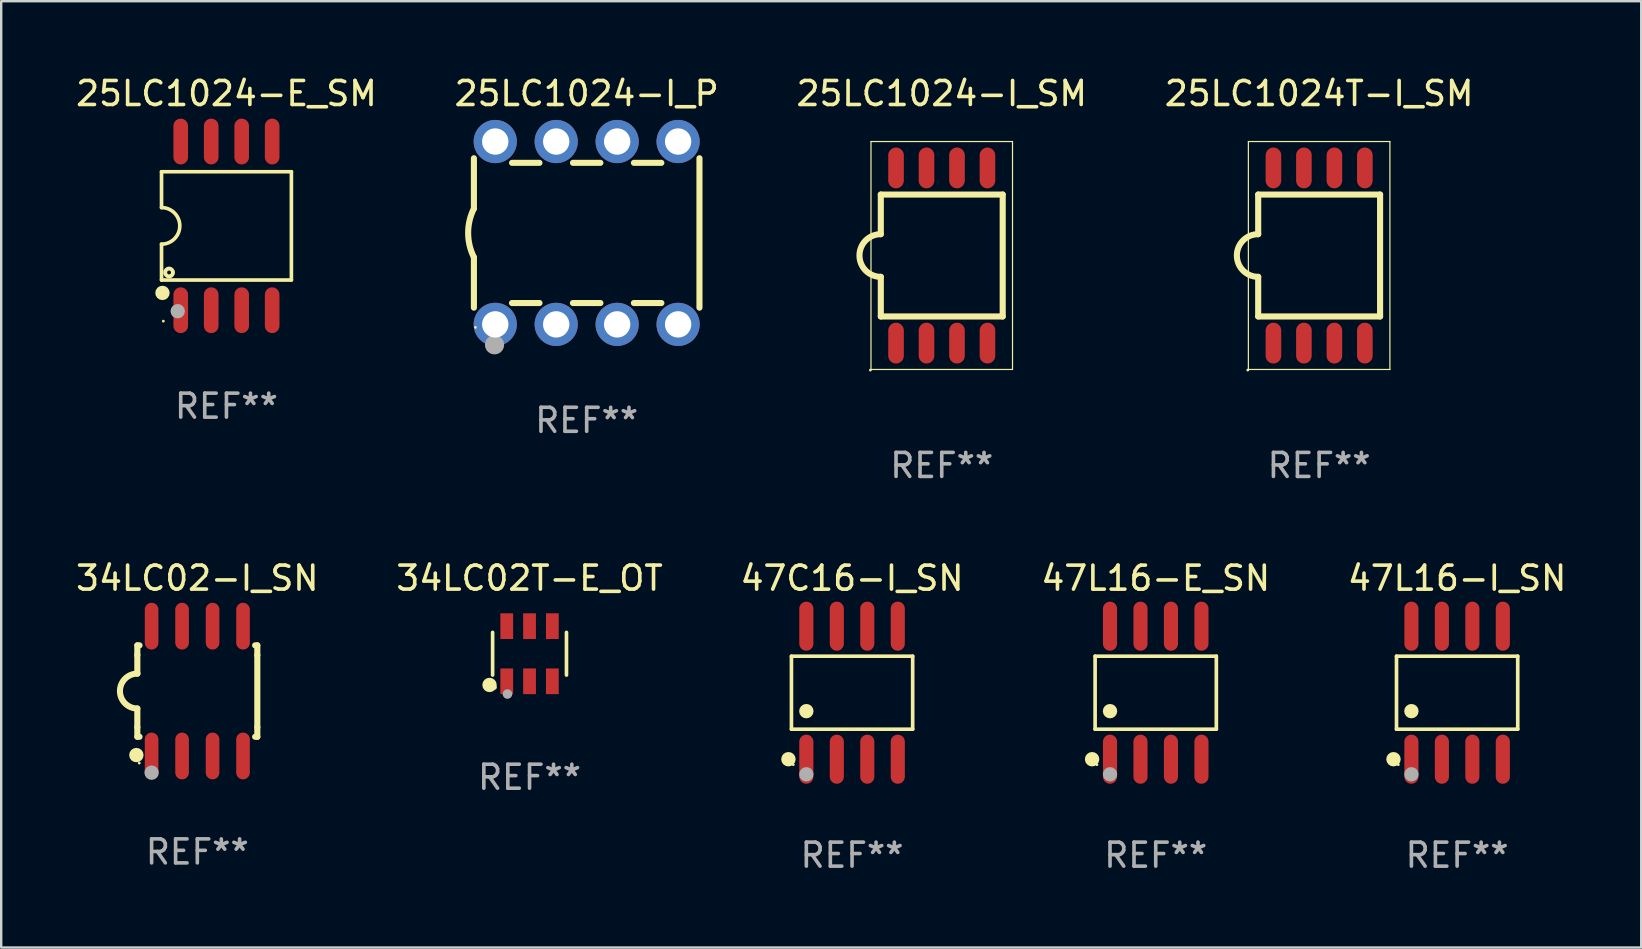
<source format=kicad_pcb>
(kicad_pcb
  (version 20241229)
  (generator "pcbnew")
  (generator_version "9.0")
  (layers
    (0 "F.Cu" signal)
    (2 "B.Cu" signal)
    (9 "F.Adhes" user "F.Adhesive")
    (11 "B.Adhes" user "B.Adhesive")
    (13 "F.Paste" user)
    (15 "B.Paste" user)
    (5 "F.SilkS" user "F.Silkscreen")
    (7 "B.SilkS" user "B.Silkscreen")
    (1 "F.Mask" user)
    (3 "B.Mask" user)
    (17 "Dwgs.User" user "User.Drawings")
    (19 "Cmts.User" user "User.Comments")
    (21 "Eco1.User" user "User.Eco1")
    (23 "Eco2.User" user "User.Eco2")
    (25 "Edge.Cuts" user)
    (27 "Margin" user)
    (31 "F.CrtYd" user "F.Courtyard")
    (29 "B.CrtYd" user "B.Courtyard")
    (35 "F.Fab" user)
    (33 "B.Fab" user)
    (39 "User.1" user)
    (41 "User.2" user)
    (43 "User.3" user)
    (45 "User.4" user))
  (footprint "25LC1024-I_P"
    (layer "F.Cu")
    (at 21.399 6.658)
    (property "Reference" "25LC1024-I_P" (at 0 -5.81 0) (layer "F.SilkS") (effects (font (size 1 1) (thickness 0.15))))
    (attr through_hole)
    (fp_line (start -4.7 -1.017) (end -4.7 -3.113) (stroke (width 0.254) (type solid)) (layer "F.SilkS"))
    (fp_line (start -4.7 1.015) (end -4.7 3.113) (stroke (width 0.254) (type solid)) (layer "F.SilkS"))
    (fp_line (start -3.113 2.92) (end -1.967 2.92) (stroke (width 0.254) (type solid)) (layer "F.SilkS"))
    (fp_line (start -3.111 -2.922) (end -1.969 -2.922) (stroke (width 0.254) (type solid)) (layer "F.SilkS"))
    (fp_line (start -0.573 2.92) (end 0.573 2.92) (stroke (width 0.254) (type solid)) (layer "F.SilkS"))
    (fp_line (start -0.571 -2.922) (end 0.571 -2.922) (stroke (width 0.254) (type solid)) (layer "F.SilkS"))
    (fp_line (start 1.967 2.92) (end 3.113 2.92) (stroke (width 0.254) (type solid)) (layer "F.SilkS"))
    (fp_line (start 1.969 -2.922) (end 3.111 -2.922) (stroke (width 0.254) (type solid)) (layer "F.SilkS"))
    (fp_line (start 4.7 -3.113) (end 4.7 3.113) (stroke (width 0.254) (type solid)) (layer "F.SilkS"))
    (fp_arc (start -4.7 1.01524) (mid -4.939846 -0.000762) (end -4.7 -1.016764) (stroke (width 0.254001) (type solid)) (layer "F.SilkS"))
    (fp_circle (center -4.636 3.935) (end -4.606 3.935) (stroke (width 0.06) (type solid)) (fill no) (layer "F.SilkS"))
    (fp_circle (center -3.84 4.66) (end -3.64 4.66) (stroke (width 0.4) (type solid)) (fill no) (layer "F.Fab"))
    (fp_text user "REF**" (at 0 7.81 0) (layer "F.Fab") (effects (font (size 1 1) (thickness 0.15))))
    (pad "1" thru_hole circle (at -3.81 3.81) (size 1.8 1.8) (drill 1.1) (layers "*.Cu" "*.Mask"))
    (pad "2" thru_hole circle (at -1.27 3.81) (size 1.8 1.8) (drill 1.1) (layers "*.Cu" "*.Mask"))
    (pad "3" thru_hole circle (at 1.27 3.81) (size 1.8 1.8) (drill 1.1) (layers "*.Cu" "*.Mask"))
    (pad "4" thru_hole circle (at 3.81 3.81) (size 1.8 1.8) (drill 1.1) (layers "*.Cu" "*.Mask"))
    (pad "5" thru_hole circle (at 3.81 -3.81) (size 1.8 1.8) (drill 1.1) (layers "*.Cu" "*.Mask"))
    (pad "6" thru_hole circle (at 1.27 -3.81) (size 1.8 1.8) (drill 1.1) (layers "*.Cu" "*.Mask"))
    (pad "7" thru_hole circle (at -1.27 -3.81) (size 1.8 1.8) (drill 1.1) (layers "*.Cu" "*.Mask"))
    (pad "8" thru_hole circle (at -3.81 -3.81) (size 1.8 1.8) (drill 1.1) (layers "*.Cu" "*.Mask")))
  (footprint "47C16-I_SN"
    (layer "F.Cu")
    (at 32.458 25.817)
    (property "Reference" "47C16-I_SN" (at 0 -4.772 0) (layer "F.SilkS") (effects (font (size 1 1) (thickness 0.15))))
    (attr through_hole)
    (fp_line (start -2.526 -1.521) (end 2.526 -1.521) (stroke (width 0.152) (type solid)) (layer "F.SilkS"))
    (fp_line (start -2.526 1.521) (end -2.526 -1.521) (stroke (width 0.152) (type solid)) (layer "F.SilkS"))
    (fp_line (start 2.526 -1.521) (end 2.526 1.521) (stroke (width 0.152) (type solid)) (layer "F.SilkS"))
    (fp_line (start 2.526 1.521) (end -2.526 1.521) (stroke (width 0.152) (type solid)) (layer "F.SilkS"))
    (fp_circle (center -2.652 2.772) (end -2.501 2.772) (stroke (width 0.3) (type solid)) (fill no) (layer "F.SilkS"))
    (fp_circle (center -2.45 3) (end -2.42 3) (stroke (width 0.06) (type solid)) (fill no) (layer "F.SilkS"))
    (fp_circle (center -1.905 0.769) (end -1.755 0.769) (stroke (width 0.3) (type solid)) (fill no) (layer "F.SilkS"))
    (fp_circle (center -1.905 3.4) (end -1.755 3.4) (stroke (width 0.3) (type solid)) (fill no) (layer "F.Fab"))
    (fp_text user "REF**" (at 0 6.772 0) (layer "F.Fab") (effects (font (size 1 1) (thickness 0.15))))
    (pad "1" smd oval (at -1.905 2.772) (size 0.588 2.045) (layers "F.Cu" "F.Mask" "F.Paste"))
    (pad "2" smd oval (at -0.635 2.772) (size 0.588 2.045) (layers "F.Cu" "F.Mask" "F.Paste"))
    (pad "3" smd oval (at 0.635 2.772) (size 0.588 2.045) (layers "F.Cu" "F.Mask" "F.Paste"))
    (pad "4" smd oval (at 1.905 2.772) (size 0.588 2.045) (layers "F.Cu" "F.Mask" "F.Paste"))
    (pad "5" smd oval (at 1.905 -2.772) (size 0.588 2.045) (layers "F.Cu" "F.Mask" "F.Paste"))
    (pad "6" smd oval (at 0.635 -2.772) (size 0.588 2.045) (layers "F.Cu" "F.Mask" "F.Paste"))
    (pad "7" smd oval (at -0.635 -2.772) (size 0.588 2.045) (layers "F.Cu" "F.Mask" "F.Paste"))
    (pad "8" smd oval (at -1.905 -2.772) (size 0.588 2.045) (layers "F.Cu" "F.Mask" "F.Paste")))
  (footprint "25LC1024-I_SM"
    (layer "F.Cu")
    (at 36.196 7.598)
    (property "Reference" "25LC1024-I_SM" (at 0 -6.75 0) (layer "F.SilkS") (effects (font (size 1 1) (thickness 0.15))))
    (attr through_hole)
    (fp_line (start -2.949 -4.75) (end -2.949 4.75) (stroke (width 0.05) (type solid)) (layer "F.SilkS"))
    (fp_line (start -2.949 4.75) (end 2.949 4.75) (stroke (width 0.05) (type solid)) (layer "F.SilkS"))
    (fp_line (start -2.54 -2.54) (end 2.54 -2.54) (stroke (width 0.254) (type solid)) (layer "F.SilkS"))
    (fp_line (start -2.54 -0.889) (end -2.54 -2.54) (stroke (width 0.254) (type solid)) (layer "F.SilkS"))
    (fp_line (start -2.54 2.54) (end -2.54 0.889) (stroke (width 0.254) (type solid)) (layer "F.SilkS"))
    (fp_line (start 2.54 -2.54) (end 2.54 2.54) (stroke (width 0.254) (type solid)) (layer "F.SilkS"))
    (fp_line (start 2.54 2.54) (end -2.54 2.54) (stroke (width 0.254) (type solid)) (layer "F.SilkS"))
    (fp_line (start 2.949 -4.75) (end -2.949 -4.75) (stroke (width 0.05) (type solid)) (layer "F.SilkS"))
    (fp_line (start 2.949 4.75) (end 2.949 -4.75) (stroke (width 0.05) (type solid)) (layer "F.SilkS"))
    (fp_arc (start -2.540005 0.889002) (mid -3.426952 0.000025) (end -2.540005 -0.888952) (stroke (width 0.254001) (type solid)) (layer "F.SilkS"))
    (fp_circle (center -2.974 4.775) (end -2.944 4.775) (stroke (width 0.06) (type solid)) (fill no) (layer "F.SilkS"))
    (fp_text user "REF**" (at 0 8.75 0) (layer "F.Fab") (effects (font (size 1 1) (thickness 0.15))))
    (pad "1" smd oval (at -1.905 3.65 90) (size 1.7 0.65) (layers "F.Cu" "F.Mask" "F.Paste"))
    (pad "2" smd oval (at -0.635 3.65 90) (size 1.7 0.65) (layers "F.Cu" "F.Mask" "F.Paste"))
    (pad "3" smd oval (at 0.635 3.65 90) (size 1.7 0.65) (layers "F.Cu" "F.Mask" "F.Paste"))
    (pad "4" smd oval (at 1.905 3.65 90) (size 1.7 0.65) (layers "F.Cu" "F.Mask" "F.Paste"))
    (pad "5" smd oval (at 1.905 -3.65 90) (size 1.7 0.65) (layers "F.Cu" "F.Mask" "F.Paste"))
    (pad "6" smd oval (at 0.635 -3.65 90) (size 1.7 0.65) (layers "F.Cu" "F.Mask" "F.Paste"))
    (pad "7" smd oval (at -0.635 -3.65 90) (size 1.7 0.65) (layers "F.Cu" "F.Mask" "F.Paste"))
    (pad "8" smd oval (at -1.905 -3.65 90) (size 1.7 0.65) (layers "F.Cu" "F.Mask" "F.Paste")))
  (footprint "25LC1024-E_SM"
    (layer "F.Cu")
    (at 6.387 6.363)
    (property "Reference" "25LC1024-E_SM" (at 0 -5.515 0) (layer "F.SilkS") (effects (font (size 1 1) (thickness 0.15))))
    (attr through_hole)
    (fp_line (start -2.706 -2.256) (end 2.706 -2.256) (stroke (width 0.152) (type solid)) (layer "F.SilkS"))
    (fp_line (start -2.706 -0.762) (end -2.706 -2.256) (stroke (width 0.152) (type solid)) (layer "F.SilkS"))
    (fp_line (start -2.706 0.762) (end -2.706 2.256) (stroke (width 0.152) (type solid)) (layer "F.SilkS"))
    (fp_line (start 2.706 -2.256) (end 2.706 2.256) (stroke (width 0.152) (type solid)) (layer "F.SilkS"))
    (fp_line (start 2.706 2.256) (end -2.706 2.256) (stroke (width 0.152) (type solid)) (layer "F.SilkS"))
    (fp_arc (start -2.706198 -0.762002) (mid -1.944196 0) (end -2.706198 0.762002) (stroke (width 0.151994) (type solid)) (layer "F.SilkS"))
    (fp_circle (center -2.667 2.794) (end -2.517 2.794) (stroke (width 0.3) (type solid)) (fill no) (layer "F.SilkS"))
    (fp_circle (center -2.63 3.97) (end -2.6 3.97) (stroke (width 0.06) (type solid)) (fill no) (layer "F.SilkS"))
    (fp_circle (center -2.391 1.942) (end -2.31 1.942) (stroke (width 0.163) (type solid)) (fill no) (layer "F.SilkS"))
    (fp_circle (center -2.032 3.556) (end -1.882 3.556) (stroke (width 0.3) (type solid)) (fill no) (layer "F.Fab"))
    (fp_text user "REF**" (at 0 7.515 0) (layer "F.Fab") (effects (font (size 1 1) (thickness 0.15))))
    (pad "1" smd oval (at -1.905 3.515) (size 0.609 1.907) (layers "F.Cu" "F.Mask" "F.Paste"))
    (pad "2" smd oval (at -0.635 3.515) (size 0.609 1.907) (layers "F.Cu" "F.Mask" "F.Paste"))
    (pad "3" smd oval (at 0.635 3.515) (size 0.609 1.907) (layers "F.Cu" "F.Mask" "F.Paste"))
    (pad "4" smd oval (at 1.905 3.515) (size 0.609 1.907) (layers "F.Cu" "F.Mask" "F.Paste"))
    (pad "5" smd oval (at 1.905 -3.515) (size 0.609 1.907) (layers "F.Cu" "F.Mask" "F.Paste"))
    (pad "6" smd oval (at 0.635 -3.515) (size 0.609 1.907) (layers "F.Cu" "F.Mask" "F.Paste"))
    (pad "7" smd oval (at -0.635 -3.515) (size 0.609 1.907) (layers "F.Cu" "F.Mask" "F.Paste"))
    (pad "8" smd oval (at -1.905 -3.515) (size 0.609 1.907) (layers "F.Cu" "F.Mask" "F.Paste")))
  (footprint "47L16-E_SN"
    (layer "F.Cu")
    (at 45.113 25.817)
    (property "Reference" "47L16-E_SN" (at 0 -4.772 0) (layer "F.SilkS") (effects (font (size 1 1) (thickness 0.15))))
    (attr through_hole)
    (fp_line (start -2.526 -1.521) (end 2.526 -1.521) (stroke (width 0.152) (type solid)) (layer "F.SilkS"))
    (fp_line (start -2.526 1.521) (end -2.526 -1.521) (stroke (width 0.152) (type solid)) (layer "F.SilkS"))
    (fp_line (start 2.526 -1.521) (end 2.526 1.521) (stroke (width 0.152) (type solid)) (layer "F.SilkS"))
    (fp_line (start 2.526 1.521) (end -2.526 1.521) (stroke (width 0.152) (type solid)) (layer "F.SilkS"))
    (fp_circle (center -2.652 2.772) (end -2.501 2.772) (stroke (width 0.3) (type solid)) (fill no) (layer "F.SilkS"))
    (fp_circle (center -2.45 3) (end -2.42 3) (stroke (width 0.06) (type solid)) (fill no) (layer "F.SilkS"))
    (fp_circle (center -1.905 0.769) (end -1.755 0.769) (stroke (width 0.3) (type solid)) (fill no) (layer "F.SilkS"))
    (fp_circle (center -1.905 3.4) (end -1.755 3.4) (stroke (width 0.3) (type solid)) (fill no) (layer "F.Fab"))
    (fp_text user "REF**" (at 0 6.772 0) (layer "F.Fab") (effects (font (size 1 1) (thickness 0.15))))
    (pad "1" smd oval (at -1.905 2.772) (size 0.588 2.045) (layers "F.Cu" "F.Mask" "F.Paste"))
    (pad "2" smd oval (at -0.635 2.772) (size 0.588 2.045) (layers "F.Cu" "F.Mask" "F.Paste"))
    (pad "3" smd oval (at 0.635 2.772) (size 0.588 2.045) (layers "F.Cu" "F.Mask" "F.Paste"))
    (pad "4" smd oval (at 1.905 2.772) (size 0.588 2.045) (layers "F.Cu" "F.Mask" "F.Paste"))
    (pad "5" smd oval (at 1.905 -2.772) (size 0.588 2.045) (layers "F.Cu" "F.Mask" "F.Paste"))
    (pad "6" smd oval (at 0.635 -2.772) (size 0.588 2.045) (layers "F.Cu" "F.Mask" "F.Paste"))
    (pad "7" smd oval (at -0.635 -2.772) (size 0.588 2.045) (layers "F.Cu" "F.Mask" "F.Paste"))
    (pad "8" smd oval (at -1.905 -2.772) (size 0.588 2.045) (layers "F.Cu" "F.Mask" "F.Paste")))
  (footprint "34LC02-I_SN"
    (layer "F.Cu")
    (at 5.173 25.749)
    (property "Reference" "34LC02-I_SN" (at 0 -4.705 0) (layer "F.SilkS") (effects (font (size 1 1) (thickness 0.15))))
    (attr through_hole)
    (fp_line (start -2.5 -1.905) (end -2.409 -1.905) (stroke (width 0.254) (type solid)) (layer "F.SilkS"))
    (fp_line (start -2.5 -1.5) (end -2.5 -1.905) (stroke (width 0.254) (type solid)) (layer "F.SilkS"))
    (fp_line (start -2.5 -1.5) (end -2.5 -0.726) (stroke (width 0.254) (type solid)) (layer "F.SilkS"))
    (fp_line (start -2.5 1.5) (end -2.5 0.727) (stroke (width 0.254) (type solid)) (layer "F.SilkS"))
    (fp_line (start -2.5 1.5) (end -2.5 1.905) (stroke (width 0.254) (type solid)) (layer "F.SilkS"))
    (fp_line (start -2.5 1.905) (end -2.409 1.905) (stroke (width 0.254) (type solid)) (layer "F.SilkS"))
    (fp_line (start 2.5 -1.905) (end 2.409 -1.905) (stroke (width 0.254) (type solid)) (layer "F.SilkS"))
    (fp_line (start 2.5 -1.5) (end 2.5 -1.905) (stroke (width 0.254) (type solid)) (layer "F.SilkS"))
    (fp_line (start 2.5 -1.5) (end 2.5 1.5) (stroke (width 0.254) (type solid)) (layer "F.SilkS"))
    (fp_line (start 2.5 1.5) (end 2.5 1.905) (stroke (width 0.254) (type solid)) (layer "F.SilkS"))
    (fp_line (start 2.5 1.905) (end 2.409 1.905) (stroke (width 0.254) (type solid)) (layer "F.SilkS"))
    (fp_arc (start -2.5 0.726568) (mid -3.220316 -0.0023) (end -2.495097 -0.726289) (stroke (width 0.254001) (type solid)) (layer "F.SilkS"))
    (fp_circle (center -2.54 2.667) (end -2.39 2.667) (stroke (width 0.3) (type solid)) (fill no) (layer "F.SilkS"))
    (fp_circle (center -2.42 3) (end -2.39 3) (stroke (width 0.06) (type solid)) (fill no) (layer "F.SilkS"))
    (fp_circle (center -1.905 3.4) (end -1.755 3.4) (stroke (width 0.3) (type solid)) (fill no) (layer "F.Fab"))
    (fp_text user "REF**" (at 0 6.705 0) (layer "F.Fab") (effects (font (size 1 1) (thickness 0.15))))
    (pad "1" smd oval (at -1.905 2.705) (size 0.568 1.95) (layers "F.Cu" "F.Mask" "F.Paste"))
    (pad "2" smd oval (at -0.635 2.705) (size 0.568 1.95) (layers "F.Cu" "F.Mask" "F.Paste"))
    (pad "3" smd oval (at 0.635 2.705) (size 0.568 1.95) (layers "F.Cu" "F.Mask" "F.Paste"))
    (pad "4" smd oval (at 1.905 2.705) (size 0.568 1.95) (layers "F.Cu" "F.Mask" "F.Paste"))
    (pad "5" smd oval (at 1.905 -2.705) (size 0.568 1.95) (layers "F.Cu" "F.Mask" "F.Paste"))
    (pad "6" smd oval (at 0.635 -2.705) (size 0.568 1.95) (layers "F.Cu" "F.Mask" "F.Paste"))
    (pad "7" smd oval (at -0.635 -2.705) (size 0.568 1.95) (layers "F.Cu" "F.Mask" "F.Paste"))
    (pad "8" smd oval (at -1.905 -2.705) (size 0.568 1.95) (layers "F.Cu" "F.Mask" "F.Paste")))
  (footprint "47L16-I_SN"
    (layer "F.Cu")
    (at 57.673 25.817)
    (property "Reference" "47L16-I_SN" (at 0 -4.772 0) (layer "F.SilkS") (effects (font (size 1 1) (thickness 0.15))))
    (attr through_hole)
    (fp_line (start -2.526 -1.521) (end 2.526 -1.521) (stroke (width 0.152) (type solid)) (layer "F.SilkS"))
    (fp_line (start -2.526 1.521) (end -2.526 -1.521) (stroke (width 0.152) (type solid)) (layer "F.SilkS"))
    (fp_line (start 2.526 -1.521) (end 2.526 1.521) (stroke (width 0.152) (type solid)) (layer "F.SilkS"))
    (fp_line (start 2.526 1.521) (end -2.526 1.521) (stroke (width 0.152) (type solid)) (layer "F.SilkS"))
    (fp_circle (center -2.652 2.772) (end -2.501 2.772) (stroke (width 0.3) (type solid)) (fill no) (layer "F.SilkS"))
    (fp_circle (center -2.45 3) (end -2.42 3) (stroke (width 0.06) (type solid)) (fill no) (layer "F.SilkS"))
    (fp_circle (center -1.905 0.769) (end -1.755 0.769) (stroke (width 0.3) (type solid)) (fill no) (layer "F.SilkS"))
    (fp_circle (center -1.905 3.4) (end -1.755 3.4) (stroke (width 0.3) (type solid)) (fill no) (layer "F.Fab"))
    (fp_text user "REF**" (at 0 6.772 0) (layer "F.Fab") (effects (font (size 1 1) (thickness 0.15))))
    (pad "1" smd oval (at -1.905 2.772) (size 0.588 2.045) (layers "F.Cu" "F.Mask" "F.Paste"))
    (pad "2" smd oval (at -0.635 2.772) (size 0.588 2.045) (layers "F.Cu" "F.Mask" "F.Paste"))
    (pad "3" smd oval (at 0.635 2.772) (size 0.588 2.045) (layers "F.Cu" "F.Mask" "F.Paste"))
    (pad "4" smd oval (at 1.905 2.772) (size 0.588 2.045) (layers "F.Cu" "F.Mask" "F.Paste"))
    (pad "5" smd oval (at 1.905 -2.772) (size 0.588 2.045) (layers "F.Cu" "F.Mask" "F.Paste"))
    (pad "6" smd oval (at 0.635 -2.772) (size 0.588 2.045) (layers "F.Cu" "F.Mask" "F.Paste"))
    (pad "7" smd oval (at -0.635 -2.772) (size 0.588 2.045) (layers "F.Cu" "F.Mask" "F.Paste"))
    (pad "8" smd oval (at -1.905 -2.772) (size 0.588 2.045) (layers "F.Cu" "F.Mask" "F.Paste")))
  (footprint "25LC1024T-I_SM"
    (layer "F.Cu")
    (at 51.923 7.598)
    (property "Reference" "25LC1024T-I_SM" (at 0 -6.75 0) (layer "F.SilkS") (effects (font (size 1 1) (thickness 0.15))))
    (attr through_hole)
    (fp_line (start -2.949 -4.75) (end -2.949 4.75) (stroke (width 0.05) (type solid)) (layer "F.SilkS"))
    (fp_line (start -2.949 4.75) (end 2.949 4.75) (stroke (width 0.05) (type solid)) (layer "F.SilkS"))
    (fp_line (start -2.54 -2.54) (end 2.54 -2.54) (stroke (width 0.254) (type solid)) (layer "F.SilkS"))
    (fp_line (start -2.54 -0.889) (end -2.54 -2.54) (stroke (width 0.254) (type solid)) (layer "F.SilkS"))
    (fp_line (start -2.54 2.54) (end -2.54 0.889) (stroke (width 0.254) (type solid)) (layer "F.SilkS"))
    (fp_line (start 2.54 -2.54) (end 2.54 2.54) (stroke (width 0.254) (type solid)) (layer "F.SilkS"))
    (fp_line (start 2.54 2.54) (end -2.54 2.54) (stroke (width 0.254) (type solid)) (layer "F.SilkS"))
    (fp_line (start 2.949 -4.75) (end -2.949 -4.75) (stroke (width 0.05) (type solid)) (layer "F.SilkS"))
    (fp_line (start 2.949 4.75) (end 2.949 -4.75) (stroke (width 0.05) (type solid)) (layer "F.SilkS"))
    (fp_arc (start -2.540005 0.889002) (mid -3.426952 0.000025) (end -2.540005 -0.888952) (stroke (width 0.254001) (type solid)) (layer "F.SilkS"))
    (fp_circle (center -2.974 4.775) (end -2.944 4.775) (stroke (width 0.06) (type solid)) (fill no) (layer "F.SilkS"))
    (fp_text user "REF**" (at 0 8.75 0) (layer "F.Fab") (effects (font (size 1 1) (thickness 0.15))))
    (pad "1" smd oval (at -1.905 3.65 90) (size 1.7 0.65) (layers "F.Cu" "F.Mask" "F.Paste"))
    (pad "2" smd oval (at -0.635 3.65 90) (size 1.7 0.65) (layers "F.Cu" "F.Mask" "F.Paste"))
    (pad "3" smd oval (at 0.635 3.65 90) (size 1.7 0.65) (layers "F.Cu" "F.Mask" "F.Paste"))
    (pad "4" smd oval (at 1.905 3.65 90) (size 1.7 0.65) (layers "F.Cu" "F.Mask" "F.Paste"))
    (pad "5" smd oval (at 1.905 -3.65 90) (size 1.7 0.65) (layers "F.Cu" "F.Mask" "F.Paste"))
    (pad "6" smd oval (at 0.635 -3.65 90) (size 1.7 0.65) (layers "F.Cu" "F.Mask" "F.Paste"))
    (pad "7" smd oval (at -0.635 -3.65 90) (size 1.7 0.65) (layers "F.Cu" "F.Mask" "F.Paste"))
    (pad "8" smd oval (at -1.905 -3.65 90) (size 1.7 0.65) (layers "F.Cu" "F.Mask" "F.Paste")))
  (footprint "34LC02T-E_OT"
    (layer "F.Cu")
    (at 19.018 24.193)
    (property "Reference" "34LC02T-E_OT" (at 0 -3.149 0) (layer "F.SilkS") (effects (font (size 1 1) (thickness 0.15))))
    (attr through_hole)
    (fp_line (start -1.539 0.889) (end -1.539 -0.889) (stroke (width 0.152) (type solid)) (layer "F.SilkS"))
    (fp_line (start 1.539 0.889) (end 1.539 -0.889) (stroke (width 0.152) (type solid)) (layer "F.SilkS"))
    (fp_circle (center -1.668 1.301) (end -1.518 1.301) (stroke (width 0.3) (type solid)) (fill no) (layer "F.SilkS"))
    (fp_circle (center -1.463 1.4) (end -1.413 1.4) (stroke (width 0.1) (type solid)) (fill no) (layer "F.SilkS"))
    (fp_circle (center -0.92 1.68) (end -0.82 1.68) (stroke (width 0.2) (type solid)) (fill no) (layer "F.Fab"))
    (fp_text user "REF**" (at 0 5.149 0) (layer "F.Fab") (effects (font (size 1 1) (thickness 0.15))))
    (pad "1" smd rect (at -0.95 1.149) (size 0.532 1.072) (layers "F.Cu" "F.Mask" "F.Paste"))
    (pad "2" smd rect (at 0 1.149) (size 0.532 1.072) (layers "F.Cu" "F.Mask" "F.Paste"))
    (pad "3" smd rect (at 0.95 1.149) (size 0.532 1.072) (layers "F.Cu" "F.Mask" "F.Paste"))
    (pad "4" smd rect (at 0.95 -1.149) (size 0.532 1.072) (layers "F.Cu" "F.Mask" "F.Paste"))
    (pad "5" smd rect (at 0 -1.149) (size 0.532 1.072) (layers "F.Cu" "F.Mask" "F.Paste"))
    (pad "6" smd rect (at -0.95 -1.149) (size 0.532 1.072) (layers "F.Cu" "F.Mask" "F.Paste")))
  (gr_rect
    (start -3 -3)
    (end 65.345 36.437)
    (stroke (width 0.1) (type default))
    (fill no)
    (layer "Edge.Cuts")))
</source>
